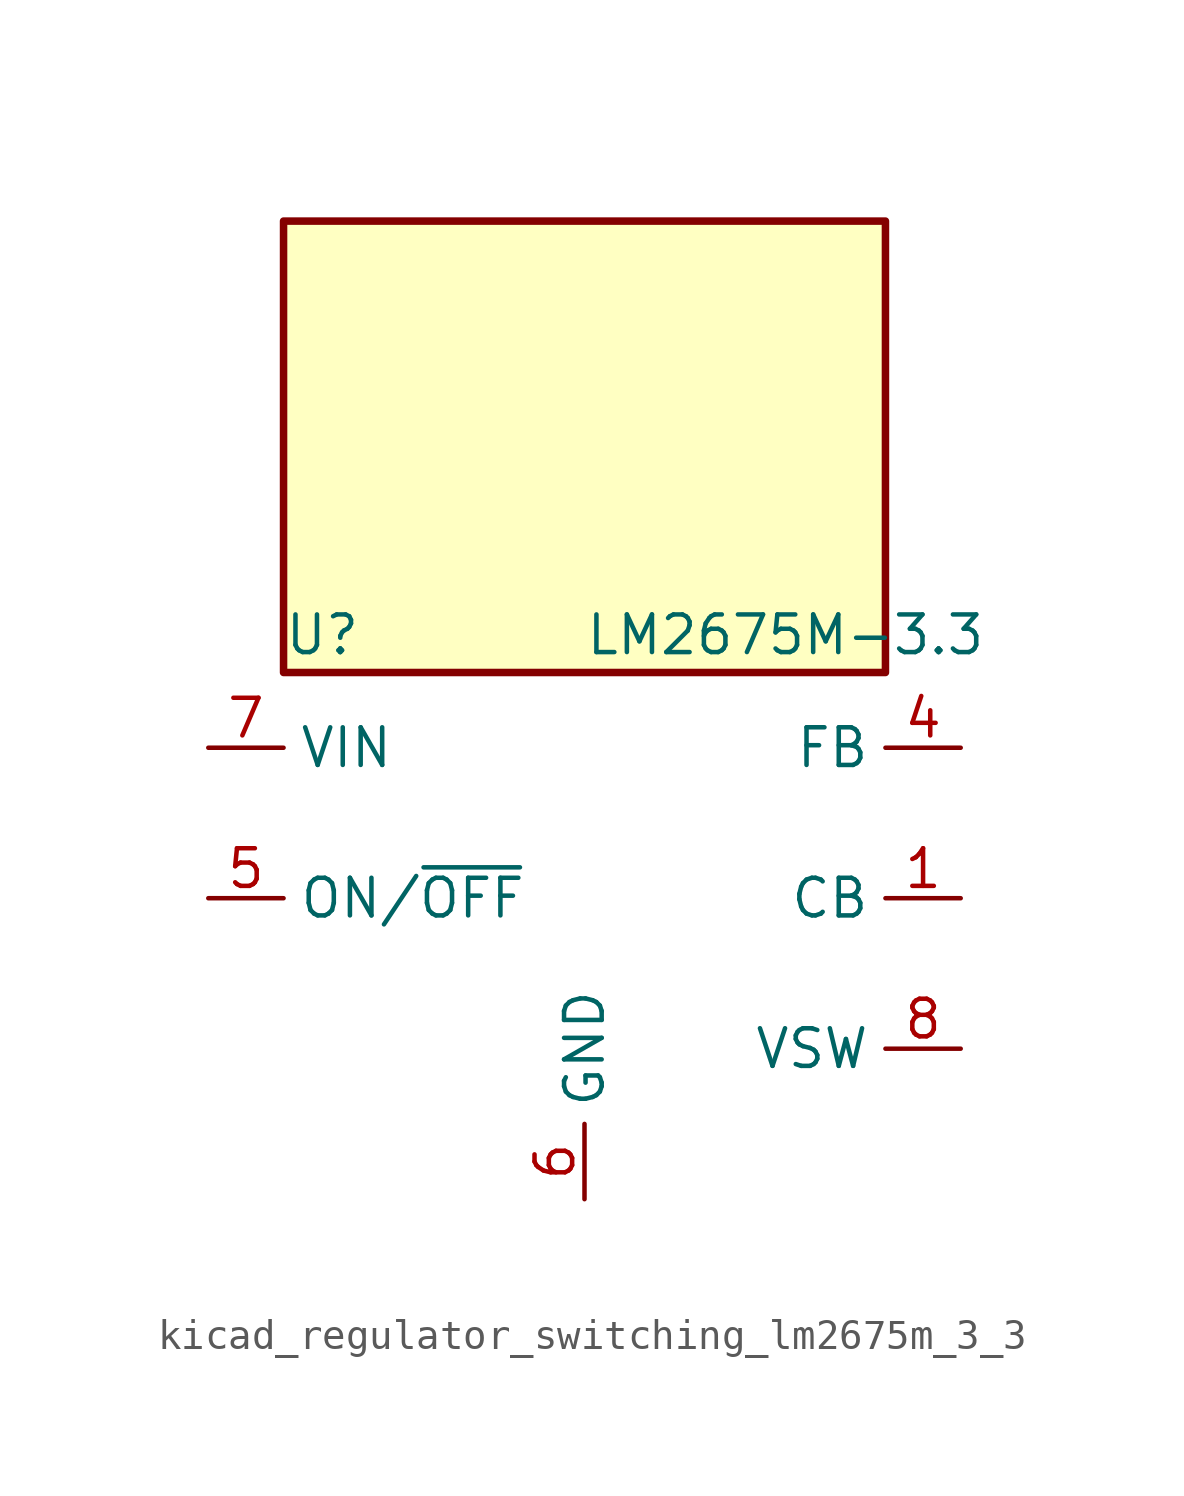
<source format=kicad_sym>
(kicad_symbol_lib
  (version 20220914)
  (generator kicad_symbol_editor)
  (symbol "kicad_regulator_switching_lm2675m_3_3"
    (property "Reference" "U"
      (at -10.16 8.89 0)
      (effects (font (size 1.27 1.27)) (justify left)))
    (property "Value" "LM2675M-3.3"
      (at 0 8.89 0)
      (effects (font (size 1.27 1.27)) (justify left)))
    (symbol "kicad_regulator_switching_lm2675m_3_3_0_1"
      (rectangle (start 10.16 22.86) (end -10.16 7.62) (stroke (width 0.254) (type default)) (fill (type background))))
    (symbol "kicad_regulator_switching_lm2675m_3_3_1_1"
      (pin input line (at 12.7 0 180) (length 2.54) (name "CB" (effects (font (size 1.27 1.27)))) (number "1" (effects (font (size 1.27 1.27)))))
      (pin no_connect line (at -10.16 -2.54 0) (length 2.54) hide (name "NC" (effects (font (size 1.27 1.27)))) (number "2" (effects (font (size 1.27 1.27)))))
      (pin no_connect line (at -10.16 -5.08 0) (length 2.54) hide (name "NC" (effects (font (size 1.27 1.27)))) (number "3" (effects (font (size 1.27 1.27)))))
      (pin input line (at 12.7 5.08 180) (length 2.54) (name "FB" (effects (font (size 1.27 1.27)))) (number "4" (effects (font (size 1.27 1.27)))))
      (pin input line (at -12.7 0 0) (length 2.54) (name "ON/~{OFF}" (effects (font (size 1.27 1.27)))) (number "5" (effects (font (size 1.27 1.27)))))
      (pin power_in line (at 0 -10.16 90) (length 2.54) (name "GND" (effects (font (size 1.27 1.27)))) (number "6" (effects (font (size 1.27 1.27)))))
      (pin power_in line (at -12.7 5.08 0) (length 2.54) (name "VIN" (effects (font (size 1.27 1.27)))) (number "7" (effects (font (size 1.27 1.27)))))
      (pin output line (at 12.7 -5.08 180) (length 2.54) (name "VSW" (effects (font (size 1.27 1.27)))) (number "8" (effects (font (size 1.27 1.27))))))))
</source>
